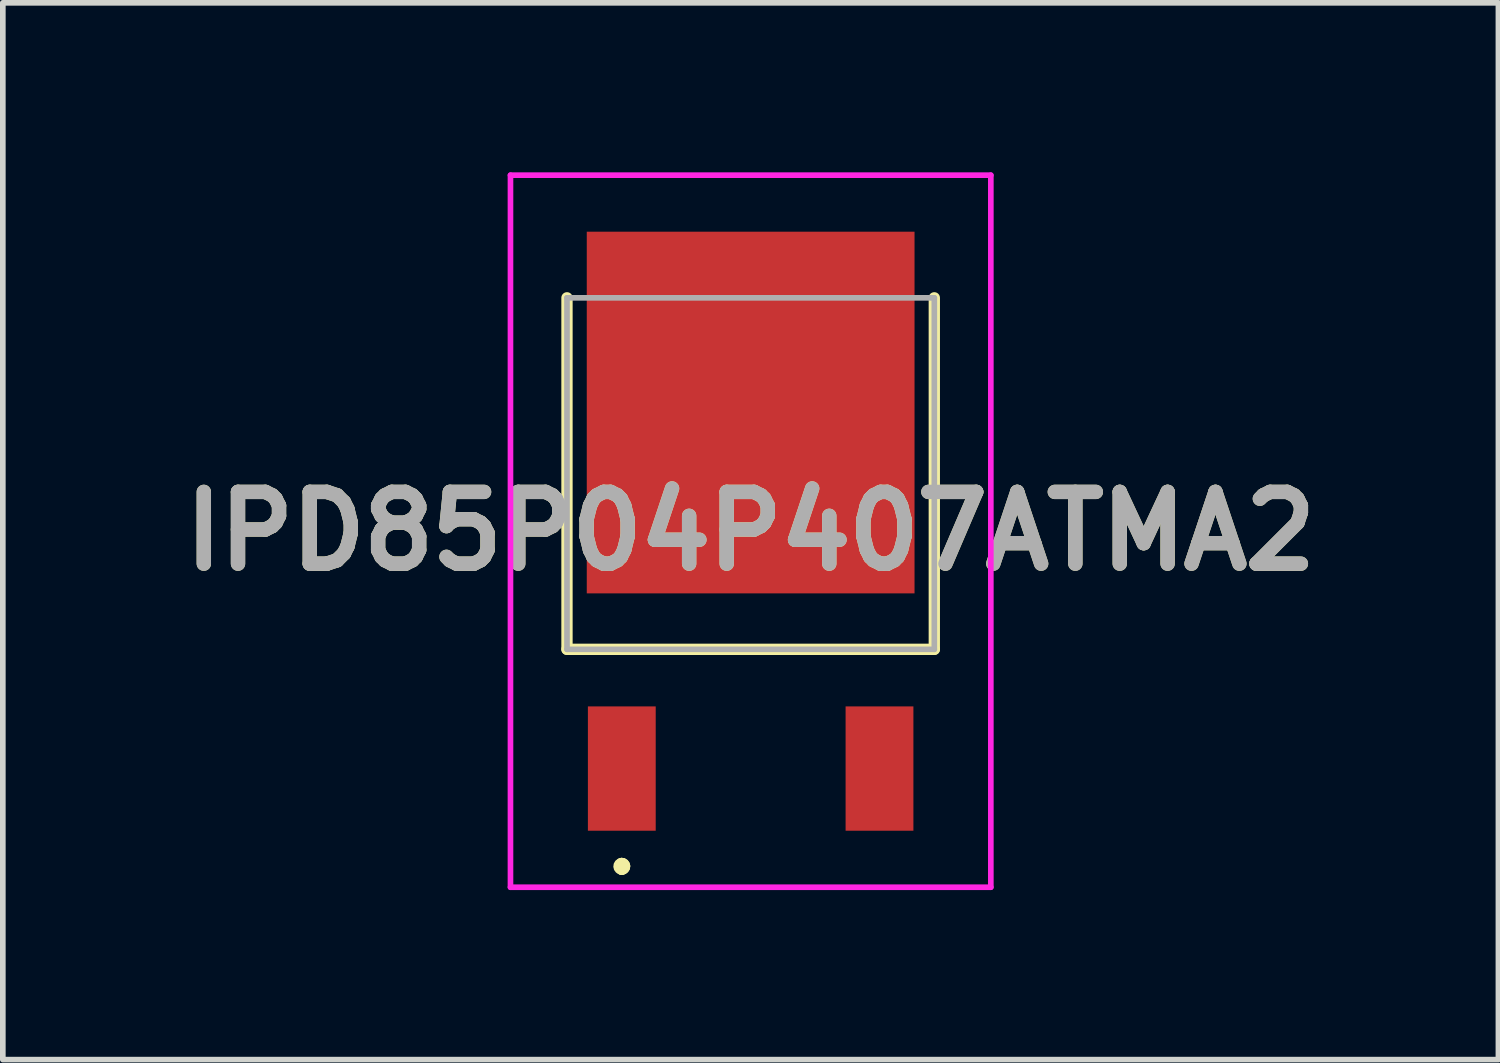
<source format=kicad_pcb>
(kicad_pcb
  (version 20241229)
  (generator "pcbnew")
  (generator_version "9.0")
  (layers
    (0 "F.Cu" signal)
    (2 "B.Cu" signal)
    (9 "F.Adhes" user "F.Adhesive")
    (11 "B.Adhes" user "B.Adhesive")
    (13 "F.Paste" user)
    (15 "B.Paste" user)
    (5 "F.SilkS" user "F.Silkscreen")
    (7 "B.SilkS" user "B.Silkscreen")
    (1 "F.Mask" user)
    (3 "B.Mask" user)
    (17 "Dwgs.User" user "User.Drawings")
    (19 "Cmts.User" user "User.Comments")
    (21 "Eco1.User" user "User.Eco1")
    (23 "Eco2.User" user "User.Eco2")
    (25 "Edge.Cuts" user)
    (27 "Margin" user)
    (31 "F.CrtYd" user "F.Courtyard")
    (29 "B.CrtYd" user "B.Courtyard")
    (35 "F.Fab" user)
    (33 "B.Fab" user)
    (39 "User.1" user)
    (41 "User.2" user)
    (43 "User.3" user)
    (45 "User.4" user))
  (footprint "IPD85P04P407ATMA2"
    (layer "F.Cu")
    (at 10.233 5.33)
    (property "Reference" "IPD85P04P407ATMA2" (at 0 1.02 0) (layer "F.SilkS") (effects (font (size 1.27 1.27) (thickness 0.254))))
    (attr smd)
    (fp_line (start -3.25 -3.11) (end -3.25 3.11) (stroke (width 0.2) (type solid)) (layer "F.SilkS"))
    (fp_line (start -3.25 3.11) (end 3.25 3.11) (stroke (width 0.2) (type solid)) (layer "F.SilkS"))
    (fp_line (start -2.28 6.9) (end -2.28 6.9) (stroke (width 0.2) (type solid)) (layer "F.SilkS"))
    (fp_line (start -2.28 7) (end -2.28 7) (stroke (width 0.2) (type solid)) (layer "F.SilkS"))
    (fp_line (start -2.28 7) (end -2.28 7) (stroke (width 0.2) (type solid)) (layer "F.SilkS"))
    (fp_line (start 3.25 3.11) (end 3.25 -3.11) (stroke (width 0.2) (type solid)) (layer "F.SilkS"))
    (fp_arc (start -2.28 6.9) (mid -2.23 6.95) (end -2.28 7) (stroke (width 0.2) (type solid)) (layer "F.SilkS"))
    (fp_arc (start -2.28 6.9) (mid -2.23 6.95) (end -2.28 7) (stroke (width 0.2) (type solid)) (layer "F.SilkS"))
    (fp_arc (start -2.28 7) (mid -2.33 6.95) (end -2.28 6.9) (stroke (width 0.2) (type solid)) (layer "F.SilkS"))
    (fp_line (start -4.25 -5.28) (end 4.25 -5.28) (stroke (width 0.1) (type solid)) (layer "F.CrtYd"))
    (fp_line (start -4.25 7.32) (end -4.25 -5.28) (stroke (width 0.1) (type solid)) (layer "F.CrtYd"))
    (fp_line (start 4.25 -5.28) (end 4.25 7.32) (stroke (width 0.1) (type solid)) (layer "F.CrtYd"))
    (fp_line (start 4.25 7.32) (end -4.25 7.32) (stroke (width 0.1) (type solid)) (layer "F.CrtYd"))
    (fp_line (start -3.25 -3.11) (end 3.25 -3.11) (stroke (width 0.1) (type solid)) (layer "F.Fab"))
    (fp_line (start -3.25 3.11) (end -3.25 -3.11) (stroke (width 0.1) (type solid)) (layer "F.Fab"))
    (fp_line (start 3.25 -3.11) (end 3.25 3.11) (stroke (width 0.1) (type solid)) (layer "F.Fab"))
    (fp_line (start 3.25 3.11) (end -3.25 3.11) (stroke (width 0.1) (type solid)) (layer "F.Fab"))
    (fp_text user "${REFERENCE}" (at 0 1.02 0) (layer "F.Fab") (effects (font (size 1.27 1.27) (thickness 0.254))))
    (pad "1" smd rect (at -2.28 5.22) (size 1.2 2.2) (layers "F.Cu" "F.Mask" "F.Paste"))
    (pad "2" smd rect (at 0 -1.08) (size 5.8 6.4) (layers "F.Cu" "F.Mask" "F.Paste"))
    (pad "3" smd rect (at 2.28 5.22) (size 1.2 2.2) (layers "F.Cu" "F.Mask" "F.Paste")))
  (gr_rect
    (start -3 -3)
    (end 23.465 15.7)
    (stroke (width 0.1) (type default))
    (fill no)
    (layer "Edge.Cuts")))
</source>
